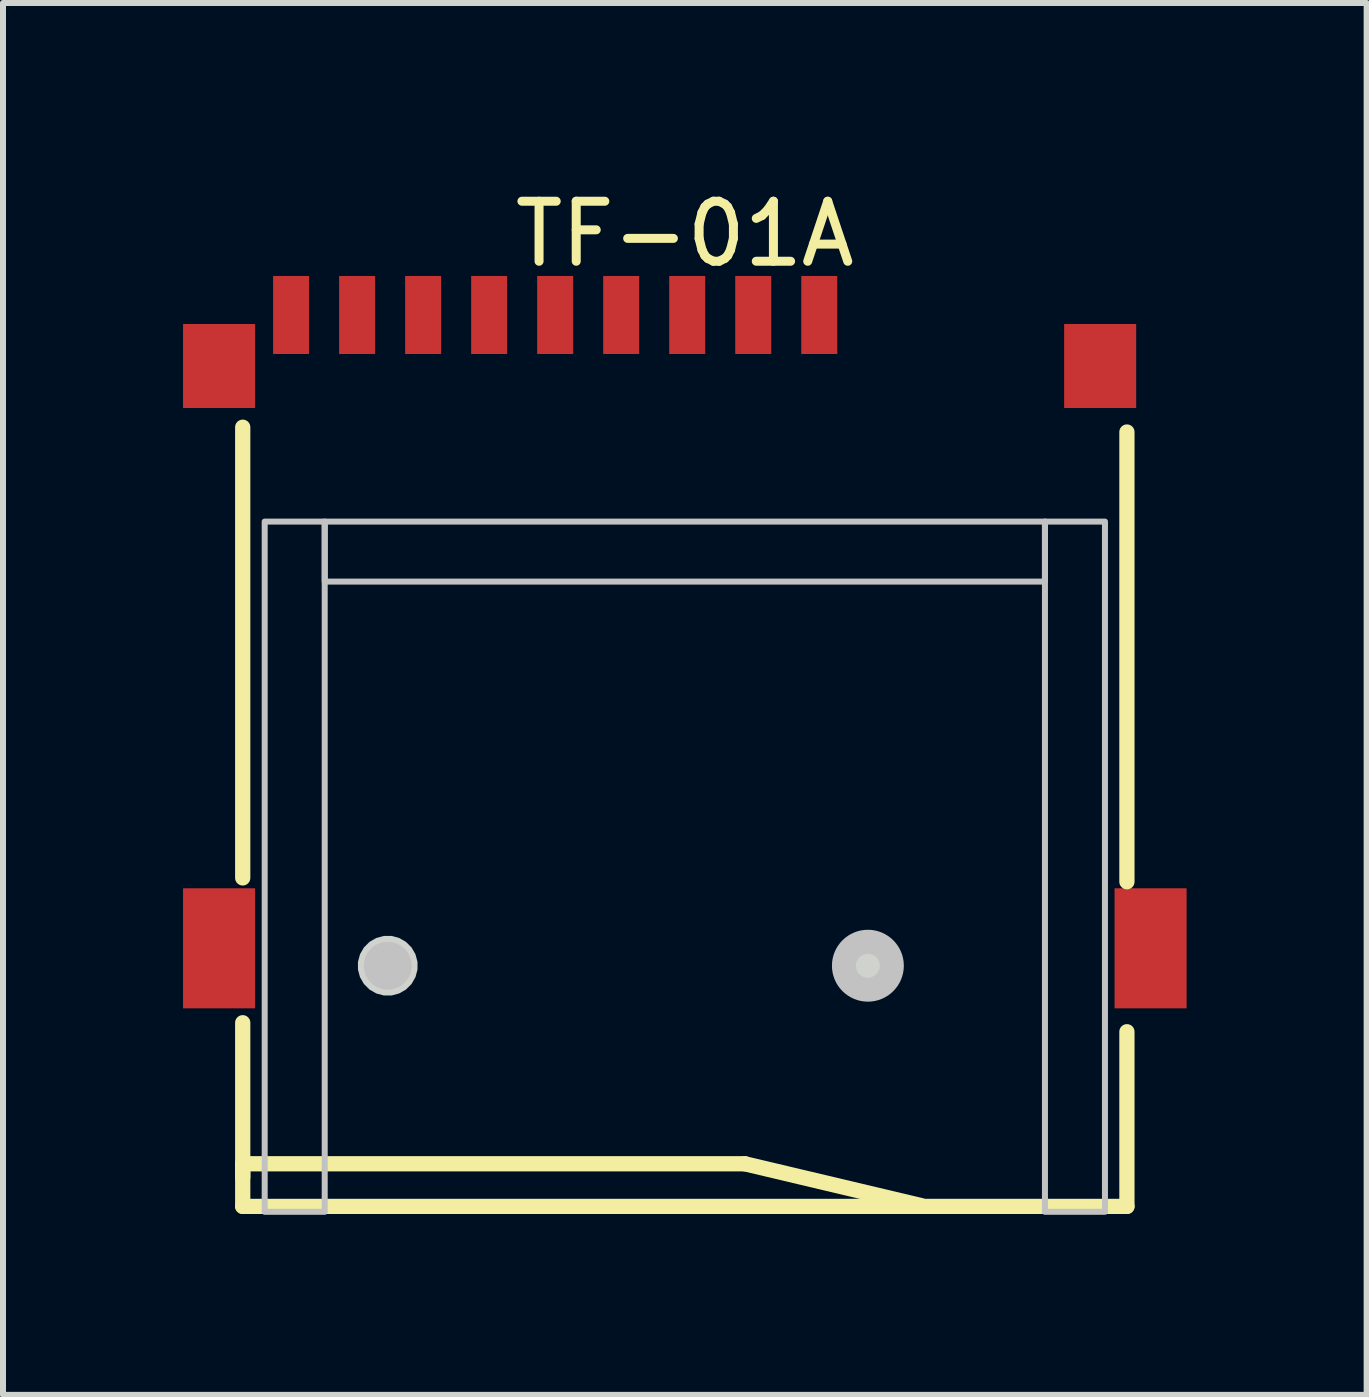
<source format=kicad_pcb>
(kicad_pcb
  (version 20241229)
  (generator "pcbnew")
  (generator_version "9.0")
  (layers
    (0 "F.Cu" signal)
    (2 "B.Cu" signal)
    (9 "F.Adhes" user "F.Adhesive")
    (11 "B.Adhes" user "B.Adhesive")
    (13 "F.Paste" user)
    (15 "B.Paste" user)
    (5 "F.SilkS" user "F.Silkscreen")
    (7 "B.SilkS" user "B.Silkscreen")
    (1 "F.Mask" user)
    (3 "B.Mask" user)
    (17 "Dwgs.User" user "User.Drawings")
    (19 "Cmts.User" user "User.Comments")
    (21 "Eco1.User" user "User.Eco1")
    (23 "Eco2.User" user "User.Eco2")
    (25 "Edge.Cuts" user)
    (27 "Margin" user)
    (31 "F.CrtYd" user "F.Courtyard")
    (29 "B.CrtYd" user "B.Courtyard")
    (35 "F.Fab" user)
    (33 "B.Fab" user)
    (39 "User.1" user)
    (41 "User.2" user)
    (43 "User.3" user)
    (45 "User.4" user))
  (footprint "TF-01A"
    (layer "F.Cu")
    (at 8.36 7.474)
    (property "Reference" "TF-01A" (at 0 -6.626 0) (layer "F.SilkS") (effects (font (size 1 1) (thickness 0.15))))
    (fp_line (start -7.366 -3.406) (end -7.366 4.103) (stroke (width 0.254) (type default)) (layer "F.SilkS"))
    (fp_line (start -7.366 6.516) (end -7.366 9.576) (stroke (width 0.254) (type default)) (layer "F.SilkS"))
    (fp_line (start -7.366 8.866) (end 1 8.866) (stroke (width 0.254) (type default)) (layer "F.SilkS"))
    (fp_line (start -7.366 9.091) (end -7.366 8.866) (stroke (width 0.254) (type default)) (layer "F.SilkS"))
    (fp_line (start -7.366 9.576) (end 7.366 9.576) (stroke (width 0.254) (type default)) (layer "F.SilkS"))
    (fp_line (start 1 8.866) (end 3.937 9.563) (stroke (width 0.254) (type default)) (layer "F.SilkS"))
    (fp_line (start 7.366 4.167) (end 7.366 -3.326) (stroke (width 0.254) (type default)) (layer "F.SilkS"))
    (fp_line (start 7.366 9.576) (end 7.366 6.666) (stroke (width 0.254) (type default)) (layer "F.SilkS"))
    (fp_circle (center -4.95 5.566) (end -4.75 5.566) (stroke (width 0.4) (type default)) (fill no) (layer "Dwgs.User"))
    (fp_circle (center 3.05 5.566) (end 3.249 5.566) (stroke (width 0.4) (type default)) (fill no) (layer "Dwgs.User"))
    (fp_poly (pts (xy -7 9.666) (xy -7 -1.834) (xy -6 -1.834) (xy -6 9.666)) (stroke (width 0.1) (type default)) (fill no) (layer "Dwgs.User"))
    (fp_poly (pts (xy -6 -1.834) (xy 6 -1.834) (xy 6 -0.834) (xy -6 -0.834)) (stroke (width 0.1) (type default)) (fill no) (layer "Dwgs.User"))
    (fp_poly (pts (xy 7 9.666) (xy 7 -1.834) (xy 6 -1.834) (xy 6 9.666)) (stroke (width 0.1) (type default)) (fill no) (layer "Dwgs.User"))
    (fp_poly (pts (xy -4.454 5.501) (xy -4.488 5.375) (xy -4.553 5.262) (xy -4.646 5.169) (xy -4.759 5.104) (xy -4.885 5.07) (xy -5.015 5.07) (xy -5.141 5.104) (xy -5.254 5.169) (xy -5.347 5.262) (xy -5.412 5.375) (xy -5.446 5.501) (xy -5.446 5.631) (xy -5.412 5.757) (xy -5.347 5.87) (xy -5.254 5.963) (xy -5.141 6.028) (xy -5.015 6.062) (xy -4.885 6.062) (xy -4.759 6.028) (xy -4.646 5.963) (xy -4.553 5.87) (xy -4.488 5.757) (xy -4.454 5.631)) (stroke (width 0) (type default)) (fill yes) (layer "Edge.Cuts"))
    (fp_poly (pts (xy 3.546 5.501) (xy 3.512 5.375) (xy 3.447 5.262) (xy 3.354 5.169) (xy 3.241 5.104) (xy 3.115 5.07) (xy 2.985 5.07) (xy 2.859 5.104) (xy 2.746 5.169) (xy 2.653 5.262) (xy 2.588 5.375) (xy 2.554 5.501) (xy 2.554 5.631) (xy 2.588 5.757) (xy 2.653 5.87) (xy 2.746 5.963) (xy 2.859 6.028) (xy 2.985 6.062) (xy 3.115 6.062) (xy 3.241 6.028) (xy 3.354 5.963) (xy 3.447 5.87) (xy 3.512 5.757) (xy 3.546 5.631)) (stroke (width 0) (type default)) (fill yes) (layer "Edge.Cuts"))
    (fp_poly (pts (xy -8.05 4.476) (xy -7.35 4.476) (xy -7.35 6.076) (xy -8.05 6.076)) (stroke (width 0.1) (type default)) (fill no) (layer "User.1"))
    (fp_poly (pts (xy -7.95 -3.926) (xy -7.95 -4.926) (xy -7.25 -4.926) (xy -7.25 -3.926)) (stroke (width 0.1) (type default)) (fill no) (layer "User.1"))
    (fp_poly (pts (xy -6.745 -4.924) (xy -6.745 -5.474) (xy -6.375 -5.474) (xy -6.375 -4.924)) (stroke (width 0.1) (type default)) (fill no) (layer "User.1"))
    (fp_poly (pts (xy -5.645 -4.924) (xy -5.645 -5.474) (xy -5.275 -5.474) (xy -5.275 -4.924)) (stroke (width 0.1) (type default)) (fill no) (layer "User.1"))
    (fp_poly (pts (xy -4.545 -4.924) (xy -4.545 -5.474) (xy -4.175 -5.474) (xy -4.175 -4.924)) (stroke (width 0.1) (type default)) (fill no) (layer "User.1"))
    (fp_poly (pts (xy -3.445 -4.924) (xy -3.445 -5.474) (xy -3.075 -5.474) (xy -3.075 -4.924)) (stroke (width 0.1) (type default)) (fill no) (layer "User.1"))
    (fp_poly (pts (xy -2.345 -4.924) (xy -2.345 -5.474) (xy -1.975 -5.474) (xy -1.975 -4.924)) (stroke (width 0.1) (type default)) (fill no) (layer "User.1"))
    (fp_poly (pts (xy -1.245 -4.924) (xy -1.245 -5.474) (xy -0.875 -5.474) (xy -0.875 -4.924)) (stroke (width 0.1) (type default)) (fill no) (layer "User.1"))
    (fp_poly (pts (xy -0.145 -4.924) (xy -0.145 -5.474) (xy 0.225 -5.474) (xy 0.225 -4.924)) (stroke (width 0.1) (type default)) (fill no) (layer "User.1"))
    (fp_poly (pts (xy 0.955 -4.924) (xy 0.955 -5.474) (xy 1.325 -5.474) (xy 1.325 -4.924)) (stroke (width 0.1) (type default)) (fill no) (layer "User.1"))
    (fp_poly (pts (xy 2.055 -4.924) (xy 2.055 -5.474) (xy 2.425 -5.474) (xy 2.425 -4.924)) (stroke (width 0.1) (type default)) (fill no) (layer "User.1"))
    (fp_poly (pts (xy 6.66 -4.926) (xy 7.31 -4.926) (xy 7.31 -3.926) (xy 6.66 -3.926)) (stroke (width 0.1) (type default)) (fill no) (layer "User.1"))
    (fp_poly (pts (xy 7.35 6.076) (xy 7.35 4.476) (xy 8.05 4.476) (xy 8.05 6.076)) (stroke (width 0.1) (type default)) (fill no) (layer "User.1"))
    (fp_line (start -7.38 -4.925) (end 7.38 -4.925) (stroke (width 0.051) (type default)) (layer "User.2"))
    (fp_line (start -7.38 9.575) (end -7.38 -4.925) (stroke (width 0.051) (type default)) (layer "User.2"))
    (fp_line (start 7.38 -4.925) (end 7.38 9.575) (stroke (width 0.051) (type default)) (layer "User.2"))
    (fp_line (start 7.38 9.575) (end -7.38 9.575) (stroke (width 0.051) (type default)) (layer "User.2"))
    (fp_poly (pts (xy 8.105 -5.497) (xy 8.073 -5.529) (xy 8.027 -5.529) (xy 7.995 -5.497) (xy 7.995 -5.451) (xy 8.027 -5.419) (xy 8.073 -5.419) (xy 8.105 -5.451)) (stroke (width 0.1) (type default)) (fill no) (layer "User.3"))
    (pad "1" smd rect (at 2.24 -5.276) (size 0.6 1.3) (layers "F.Cu" "F.Mask" "F.Paste"))
    (pad "2" smd rect (at 1.14 -5.276) (size 0.6 1.3) (layers "F.Cu" "F.Mask" "F.Paste"))
    (pad "3" smd rect (at 0.04 -5.276) (size 0.6 1.3) (layers "F.Cu" "F.Mask" "F.Paste"))
    (pad "4" smd rect (at -1.06 -5.276) (size 0.6 1.3) (layers "F.Cu" "F.Mask" "F.Paste"))
    (pad "5" smd rect (at -2.16 -5.276) (size 0.6 1.3) (layers "F.Cu" "F.Mask" "F.Paste"))
    (pad "6" smd rect (at -3.26 -5.276) (size 0.6 1.3) (layers "F.Cu" "F.Mask" "F.Paste"))
    (pad "7" smd rect (at -4.36 -5.276) (size 0.6 1.3) (layers "F.Cu" "F.Mask" "F.Paste"))
    (pad "8" smd rect (at -5.46 -5.276) (size 0.6 1.3) (layers "F.Cu" "F.Mask" "F.Paste"))
    (pad "9" smd rect (at -6.56 -5.276) (size 0.6 1.3) (layers "F.Cu" "F.Mask" "F.Paste"))
    (pad "10" smd rect (at -7.76 -4.426) (size 1.2 1.4) (layers "F.Cu" "F.Mask" "F.Paste"))
    (pad "11" smd rect (at -7.76 5.276) (size 1.2 2) (layers "F.Cu" "F.Mask" "F.Paste"))
    (pad "12" smd rect (at 7.76 5.276) (size 1.2 2) (layers "F.Cu" "F.Mask" "F.Paste"))
    (pad "13" smd rect (at 6.92 -4.426) (size 1.2 1.4) (layers "F.Cu" "F.Mask" "F.Paste")))
  (gr_rect
    (start -3 -3)
    (end 19.72 20.19)
    (stroke (width 0.1) (type default))
    (fill no)
    (layer "Edge.Cuts")))
</source>
